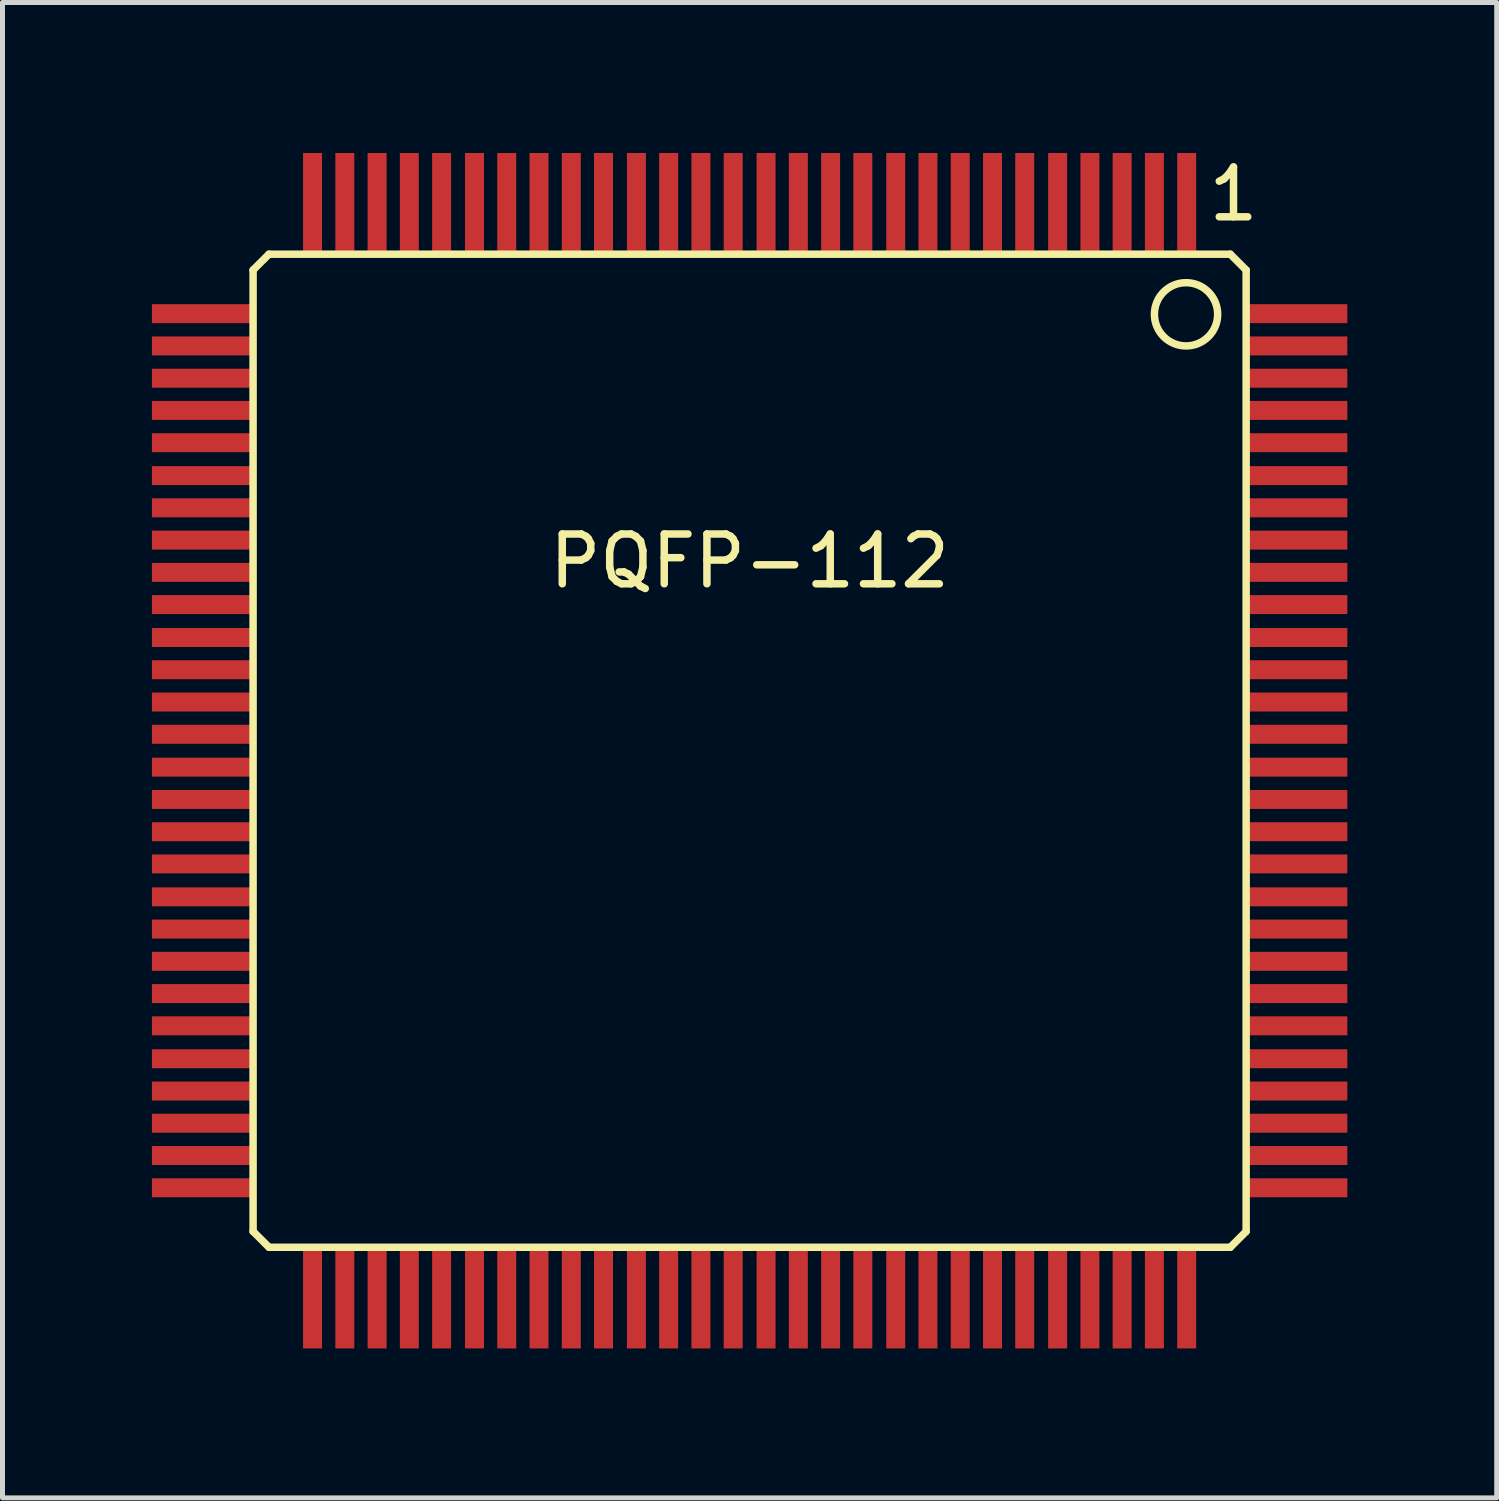
<source format=kicad_pcb>
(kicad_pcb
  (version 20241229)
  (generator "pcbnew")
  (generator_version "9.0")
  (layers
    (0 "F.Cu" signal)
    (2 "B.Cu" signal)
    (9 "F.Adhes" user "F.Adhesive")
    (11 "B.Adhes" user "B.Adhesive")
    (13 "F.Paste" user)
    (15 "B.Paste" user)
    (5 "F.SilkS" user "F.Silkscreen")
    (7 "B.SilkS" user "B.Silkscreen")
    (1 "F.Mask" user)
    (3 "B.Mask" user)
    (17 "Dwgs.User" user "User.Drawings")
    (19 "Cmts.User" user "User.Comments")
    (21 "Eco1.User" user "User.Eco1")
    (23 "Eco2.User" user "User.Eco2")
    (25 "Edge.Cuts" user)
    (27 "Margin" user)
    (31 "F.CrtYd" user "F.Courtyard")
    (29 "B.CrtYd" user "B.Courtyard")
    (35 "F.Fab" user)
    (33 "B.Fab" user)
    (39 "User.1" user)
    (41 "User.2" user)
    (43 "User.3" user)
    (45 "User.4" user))
  (footprint "PQFP-112"
    (layer "F.Cu")
    (at 12.002 12.024)
    (property "Reference" "PQFP-112" (at 0 -3.807 0) (layer "F.SilkS") (effects (font (size 1 1) (thickness 0.15))))
    (attr smd)
    (fp_line (start -9.97 -9.652) (end -9.97 9.652) (stroke (width 0.15) (type solid)) (layer "F.SilkS"))
    (fp_line (start -9.97 -9.652) (end -9.652 -9.97) (stroke (width 0.15) (type solid)) (layer "F.SilkS"))
    (fp_line (start -9.97 9.652) (end -9.652 9.97) (stroke (width 0.15) (type solid)) (layer "F.SilkS"))
    (fp_line (start -9.652 -9.97) (end 9.652 -9.97) (stroke (width 0.15) (type solid)) (layer "F.SilkS"))
    (fp_line (start 9.652 9.97) (end -9.652 9.97) (stroke (width 0.15) (type solid)) (layer "F.SilkS"))
    (fp_line (start 9.97 -9.652) (end 9.652 -9.97) (stroke (width 0.15) (type solid)) (layer "F.SilkS"))
    (fp_line (start 9.97 9.652) (end 9.652 9.97) (stroke (width 0.15) (type solid)) (layer "F.SilkS"))
    (fp_line (start 9.97 9.652) (end 9.97 -9.652) (stroke (width 0.15) (type solid)) (layer "F.SilkS"))
    (fp_circle (center 8.763 -8.763) (end 8.763 -8.128) (stroke (width 0.15) (type solid)) (fill no) (layer "F.SilkS"))
    (fp_text user "1" (at 9.716 -11.176 0) (layer "F.SilkS") (effects (font (size 1 1) (thickness 0.15))))
    (pad "1" smd rect (at 8.776 -10.986 90) (size 2.032 0.381) (layers "F.Cu" "F.Mask" "F.Paste"))
    (pad "2" smd rect (at 8.128 -10.986 90) (size 2.032 0.381) (layers "F.Cu" "F.Mask" "F.Paste"))
    (pad "3" smd rect (at 7.48 -10.986 90) (size 2.032 0.381) (layers "F.Cu" "F.Mask" "F.Paste"))
    (pad "4" smd rect (at 6.833 -10.986 90) (size 2.032 0.381) (layers "F.Cu" "F.Mask" "F.Paste"))
    (pad "5" smd rect (at 6.185 -10.986 90) (size 2.032 0.381) (layers "F.Cu" "F.Mask" "F.Paste"))
    (pad "6" smd rect (at 5.524 -10.986 90) (size 2.032 0.381) (layers "F.Cu" "F.Mask" "F.Paste"))
    (pad "7" smd rect (at 4.877 -10.986 90) (size 2.032 0.381) (layers "F.Cu" "F.Mask" "F.Paste"))
    (pad "8" smd rect (at 4.229 -10.986 90) (size 2.032 0.381) (layers "F.Cu" "F.Mask" "F.Paste"))
    (pad "9" smd rect (at 3.581 -10.986 90) (size 2.032 0.381) (layers "F.Cu" "F.Mask" "F.Paste"))
    (pad "10" smd rect (at 2.934 -10.986 90) (size 2.032 0.381) (layers "F.Cu" "F.Mask" "F.Paste"))
    (pad "11" smd rect (at 2.273 -10.986 90) (size 2.032 0.381) (layers "F.Cu" "F.Mask" "F.Paste"))
    (pad "12" smd rect (at 1.626 -10.986 90) (size 2.032 0.381) (layers "F.Cu" "F.Mask" "F.Paste"))
    (pad "13" smd rect (at 0.978 -10.986 90) (size 2.032 0.381) (layers "F.Cu" "F.Mask" "F.Paste"))
    (pad "14" smd rect (at 0.33 -10.986 90) (size 2.032 0.381) (layers "F.Cu" "F.Mask" "F.Paste"))
    (pad "15" smd rect (at -0.33 -10.986 90) (size 2.032 0.381) (layers "F.Cu" "F.Mask" "F.Paste"))
    (pad "16" smd rect (at -0.978 -10.986 90) (size 2.032 0.381) (layers "F.Cu" "F.Mask" "F.Paste"))
    (pad "17" smd rect (at -1.626 -10.986 90) (size 2.032 0.381) (layers "F.Cu" "F.Mask" "F.Paste"))
    (pad "18" smd rect (at -2.273 -10.986 90) (size 2.032 0.381) (layers "F.Cu" "F.Mask" "F.Paste"))
    (pad "19" smd rect (at -2.934 -10.986 90) (size 2.032 0.381) (layers "F.Cu" "F.Mask" "F.Paste"))
    (pad "20" smd rect (at -3.581 -10.986 90) (size 2.032 0.381) (layers "F.Cu" "F.Mask" "F.Paste"))
    (pad "21" smd rect (at -4.229 -10.986 90) (size 2.032 0.381) (layers "F.Cu" "F.Mask" "F.Paste"))
    (pad "22" smd rect (at -4.877 -10.986 90) (size 2.032 0.381) (layers "F.Cu" "F.Mask" "F.Paste"))
    (pad "23" smd rect (at -5.524 -10.986 90) (size 2.032 0.381) (layers "F.Cu" "F.Mask" "F.Paste"))
    (pad "24" smd rect (at -6.185 -10.986 90) (size 2.032 0.381) (layers "F.Cu" "F.Mask" "F.Paste"))
    (pad "25" smd rect (at -6.833 -10.986 90) (size 2.032 0.381) (layers "F.Cu" "F.Mask" "F.Paste"))
    (pad "26" smd rect (at -7.48 -10.986 90) (size 2.032 0.381) (layers "F.Cu" "F.Mask" "F.Paste"))
    (pad "27" smd rect (at -8.128 -10.986 90) (size 2.032 0.381) (layers "F.Cu" "F.Mask" "F.Paste"))
    (pad "28" smd rect (at -8.776 -10.986 90) (size 2.032 0.381) (layers "F.Cu" "F.Mask" "F.Paste"))
    (pad "29" smd rect (at -10.986 -8.776) (size 2.032 0.381) (layers "F.Cu" "F.Mask" "F.Paste"))
    (pad "30" smd rect (at -10.986 -8.128) (size 2.032 0.381) (layers "F.Cu" "F.Mask" "F.Paste"))
    (pad "31" smd rect (at -10.986 -7.48) (size 2.032 0.381) (layers "F.Cu" "F.Mask" "F.Paste"))
    (pad "32" smd rect (at -10.986 -6.833) (size 2.032 0.381) (layers "F.Cu" "F.Mask" "F.Paste"))
    (pad "33" smd rect (at -10.986 -6.185) (size 2.032 0.381) (layers "F.Cu" "F.Mask" "F.Paste"))
    (pad "34" smd rect (at -10.986 -5.524) (size 2.032 0.381) (layers "F.Cu" "F.Mask" "F.Paste"))
    (pad "35" smd rect (at -10.986 -4.877) (size 2.032 0.381) (layers "F.Cu" "F.Mask" "F.Paste"))
    (pad "36" smd rect (at -10.986 -4.229) (size 2.032 0.381) (layers "F.Cu" "F.Mask" "F.Paste"))
    (pad "37" smd rect (at -10.986 -3.581) (size 2.032 0.381) (layers "F.Cu" "F.Mask" "F.Paste"))
    (pad "38" smd rect (at -10.986 -2.934) (size 2.032 0.381) (layers "F.Cu" "F.Mask" "F.Paste"))
    (pad "39" smd rect (at -10.986 -2.273) (size 2.032 0.381) (layers "F.Cu" "F.Mask" "F.Paste"))
    (pad "40" smd rect (at -10.986 -1.626) (size 2.032 0.381) (layers "F.Cu" "F.Mask" "F.Paste"))
    (pad "41" smd rect (at -10.986 -0.978) (size 2.032 0.381) (layers "F.Cu" "F.Mask" "F.Paste"))
    (pad "42" smd rect (at -10.986 -0.33) (size 2.032 0.381) (layers "F.Cu" "F.Mask" "F.Paste"))
    (pad "43" smd rect (at -10.986 0.33) (size 2.032 0.381) (layers "F.Cu" "F.Mask" "F.Paste"))
    (pad "44" smd rect (at -10.986 0.978) (size 2.032 0.381) (layers "F.Cu" "F.Mask" "F.Paste"))
    (pad "45" smd rect (at -10.986 1.626) (size 2.032 0.381) (layers "F.Cu" "F.Mask" "F.Paste"))
    (pad "46" smd rect (at -10.986 2.273) (size 2.032 0.381) (layers "F.Cu" "F.Mask" "F.Paste"))
    (pad "47" smd rect (at -10.986 2.934) (size 2.032 0.381) (layers "F.Cu" "F.Mask" "F.Paste"))
    (pad "48" smd rect (at -10.986 3.581) (size 2.032 0.381) (layers "F.Cu" "F.Mask" "F.Paste"))
    (pad "49" smd rect (at -10.986 4.229) (size 2.032 0.381) (layers "F.Cu" "F.Mask" "F.Paste"))
    (pad "50" smd rect (at -10.986 4.877) (size 2.032 0.381) (layers "F.Cu" "F.Mask" "F.Paste"))
    (pad "51" smd rect (at -10.986 5.524) (size 2.032 0.381) (layers "F.Cu" "F.Mask" "F.Paste"))
    (pad "52" smd rect (at -10.986 6.185) (size 2.032 0.381) (layers "F.Cu" "F.Mask" "F.Paste"))
    (pad "53" smd rect (at -10.986 6.833) (size 2.032 0.381) (layers "F.Cu" "F.Mask" "F.Paste"))
    (pad "54" smd rect (at -10.986 7.48) (size 2.032 0.381) (layers "F.Cu" "F.Mask" "F.Paste"))
    (pad "55" smd rect (at -10.986 8.128) (size 2.032 0.381) (layers "F.Cu" "F.Mask" "F.Paste"))
    (pad "56" smd rect (at -10.986 8.776) (size 2.032 0.381) (layers "F.Cu" "F.Mask" "F.Paste"))
    (pad "57" smd rect (at -8.776 10.986 90) (size 2.032 0.381) (layers "F.Cu" "F.Mask" "F.Paste"))
    (pad "58" smd rect (at -8.128 10.986 90) (size 2.032 0.381) (layers "F.Cu" "F.Mask" "F.Paste"))
    (pad "59" smd rect (at -7.48 10.986 90) (size 2.032 0.381) (layers "F.Cu" "F.Mask" "F.Paste"))
    (pad "60" smd rect (at -6.833 10.986 90) (size 2.032 0.381) (layers "F.Cu" "F.Mask" "F.Paste"))
    (pad "61" smd rect (at -6.185 10.986 90) (size 2.032 0.381) (layers "F.Cu" "F.Mask" "F.Paste"))
    (pad "62" smd rect (at -5.524 10.986 90) (size 2.032 0.381) (layers "F.Cu" "F.Mask" "F.Paste"))
    (pad "63" smd rect (at -4.877 10.986 90) (size 2.032 0.381) (layers "F.Cu" "F.Mask" "F.Paste"))
    (pad "64" smd rect (at -4.229 10.986 90) (size 2.032 0.381) (layers "F.Cu" "F.Mask" "F.Paste"))
    (pad "65" smd rect (at -3.581 10.986 90) (size 2.032 0.381) (layers "F.Cu" "F.Mask" "F.Paste"))
    (pad "66" smd rect (at -2.934 10.986 90) (size 2.032 0.381) (layers "F.Cu" "F.Mask" "F.Paste"))
    (pad "67" smd rect (at -2.273 10.986 90) (size 2.032 0.381) (layers "F.Cu" "F.Mask" "F.Paste"))
    (pad "68" smd rect (at -1.626 10.986 90) (size 2.032 0.381) (layers "F.Cu" "F.Mask" "F.Paste"))
    (pad "69" smd rect (at -0.978 10.986 90) (size 2.032 0.381) (layers "F.Cu" "F.Mask" "F.Paste"))
    (pad "70" smd rect (at -0.33 10.986 90) (size 2.032 0.381) (layers "F.Cu" "F.Mask" "F.Paste"))
    (pad "71" smd rect (at 0.33 10.986 90) (size 2.032 0.381) (layers "F.Cu" "F.Mask" "F.Paste"))
    (pad "72" smd rect (at 0.978 10.986 90) (size 2.032 0.381) (layers "F.Cu" "F.Mask" "F.Paste"))
    (pad "73" smd rect (at 1.626 10.986 90) (size 2.032 0.381) (layers "F.Cu" "F.Mask" "F.Paste"))
    (pad "74" smd rect (at 2.273 10.986 90) (size 2.032 0.381) (layers "F.Cu" "F.Mask" "F.Paste"))
    (pad "75" smd rect (at 2.934 10.986 90) (size 2.032 0.381) (layers "F.Cu" "F.Mask" "F.Paste"))
    (pad "76" smd rect (at 3.581 10.986 90) (size 2.032 0.381) (layers "F.Cu" "F.Mask" "F.Paste"))
    (pad "77" smd rect (at 4.229 10.986 90) (size 2.032 0.381) (layers "F.Cu" "F.Mask" "F.Paste"))
    (pad "78" smd rect (at 4.877 10.986 90) (size 2.032 0.381) (layers "F.Cu" "F.Mask" "F.Paste"))
    (pad "79" smd rect (at 5.524 10.986 90) (size 2.032 0.381) (layers "F.Cu" "F.Mask" "F.Paste"))
    (pad "80" smd rect (at 6.185 10.986 90) (size 2.032 0.381) (layers "F.Cu" "F.Mask" "F.Paste"))
    (pad "81" smd rect (at 6.833 10.986 90) (size 2.032 0.381) (layers "F.Cu" "F.Mask" "F.Paste"))
    (pad "82" smd rect (at 7.48 10.986 90) (size 2.032 0.381) (layers "F.Cu" "F.Mask" "F.Paste"))
    (pad "83" smd rect (at 8.128 10.986 90) (size 2.032 0.381) (layers "F.Cu" "F.Mask" "F.Paste"))
    (pad "84" smd rect (at 8.776 10.986 90) (size 2.032 0.381) (layers "F.Cu" "F.Mask" "F.Paste"))
    (pad "85" smd rect (at 10.986 8.776) (size 2.032 0.381) (layers "F.Cu" "F.Mask" "F.Paste"))
    (pad "86" smd rect (at 10.986 8.128) (size 2.032 0.381) (layers "F.Cu" "F.Mask" "F.Paste"))
    (pad "87" smd rect (at 10.986 7.48) (size 2.032 0.381) (layers "F.Cu" "F.Mask" "F.Paste"))
    (pad "88" smd rect (at 10.986 6.833) (size 2.032 0.381) (layers "F.Cu" "F.Mask" "F.Paste"))
    (pad "89" smd rect (at 10.986 6.185) (size 2.032 0.381) (layers "F.Cu" "F.Mask" "F.Paste"))
    (pad "90" smd rect (at 10.986 5.524) (size 2.032 0.381) (layers "F.Cu" "F.Mask" "F.Paste"))
    (pad "91" smd rect (at 10.986 4.877) (size 2.032 0.381) (layers "F.Cu" "F.Mask" "F.Paste"))
    (pad "92" smd rect (at 10.986 4.229) (size 2.032 0.381) (layers "F.Cu" "F.Mask" "F.Paste"))
    (pad "93" smd rect (at 10.986 3.581) (size 2.032 0.381) (layers "F.Cu" "F.Mask" "F.Paste"))
    (pad "94" smd rect (at 10.986 2.934) (size 2.032 0.381) (layers "F.Cu" "F.Mask" "F.Paste"))
    (pad "95" smd rect (at 10.986 2.273) (size 2.032 0.381) (layers "F.Cu" "F.Mask" "F.Paste"))
    (pad "96" smd rect (at 10.986 1.626) (size 2.032 0.381) (layers "F.Cu" "F.Mask" "F.Paste"))
    (pad "97" smd rect (at 10.986 0.978) (size 2.032 0.381) (layers "F.Cu" "F.Mask" "F.Paste"))
    (pad "98" smd rect (at 10.986 0.33) (size 2.032 0.381) (layers "F.Cu" "F.Mask" "F.Paste"))
    (pad "99" smd rect (at 10.986 -0.33) (size 2.032 0.381) (layers "F.Cu" "F.Mask" "F.Paste"))
    (pad "100" smd rect (at 10.986 -0.978) (size 2.032 0.381) (layers "F.Cu" "F.Mask" "F.Paste"))
    (pad "101" smd rect (at 10.986 -1.626) (size 2.032 0.381) (layers "F.Cu" "F.Mask" "F.Paste"))
    (pad "102" smd rect (at 10.986 -2.273) (size 2.032 0.381) (layers "F.Cu" "F.Mask" "F.Paste"))
    (pad "103" smd rect (at 10.986 -2.934) (size 2.032 0.381) (layers "F.Cu" "F.Mask" "F.Paste"))
    (pad "104" smd rect (at 10.986 -3.581) (size 2.032 0.381) (layers "F.Cu" "F.Mask" "F.Paste"))
    (pad "105" smd rect (at 10.986 -4.229) (size 2.032 0.381) (layers "F.Cu" "F.Mask" "F.Paste"))
    (pad "106" smd rect (at 10.986 -4.877) (size 2.032 0.381) (layers "F.Cu" "F.Mask" "F.Paste"))
    (pad "107" smd rect (at 10.986 -5.524) (size 2.032 0.381) (layers "F.Cu" "F.Mask" "F.Paste"))
    (pad "108" smd rect (at 10.986 -6.185) (size 2.032 0.381) (layers "F.Cu" "F.Mask" "F.Paste"))
    (pad "109" smd rect (at 10.986 -6.833) (size 2.032 0.381) (layers "F.Cu" "F.Mask" "F.Paste"))
    (pad "110" smd rect (at 10.986 -7.48) (size 2.032 0.381) (layers "F.Cu" "F.Mask" "F.Paste"))
    (pad "111" smd rect (at 10.986 -8.128) (size 2.032 0.381) (layers "F.Cu" "F.Mask" "F.Paste"))
    (pad "112" smd rect (at 10.986 -8.776) (size 2.032 0.381) (layers "F.Cu" "F.Mask" "F.Paste")))
  (gr_rect
    (start -3 -3)
    (end 27.003 27.026)
    (stroke (width 0.1) (type default))
    (fill no)
    (layer "Edge.Cuts")))
</source>
